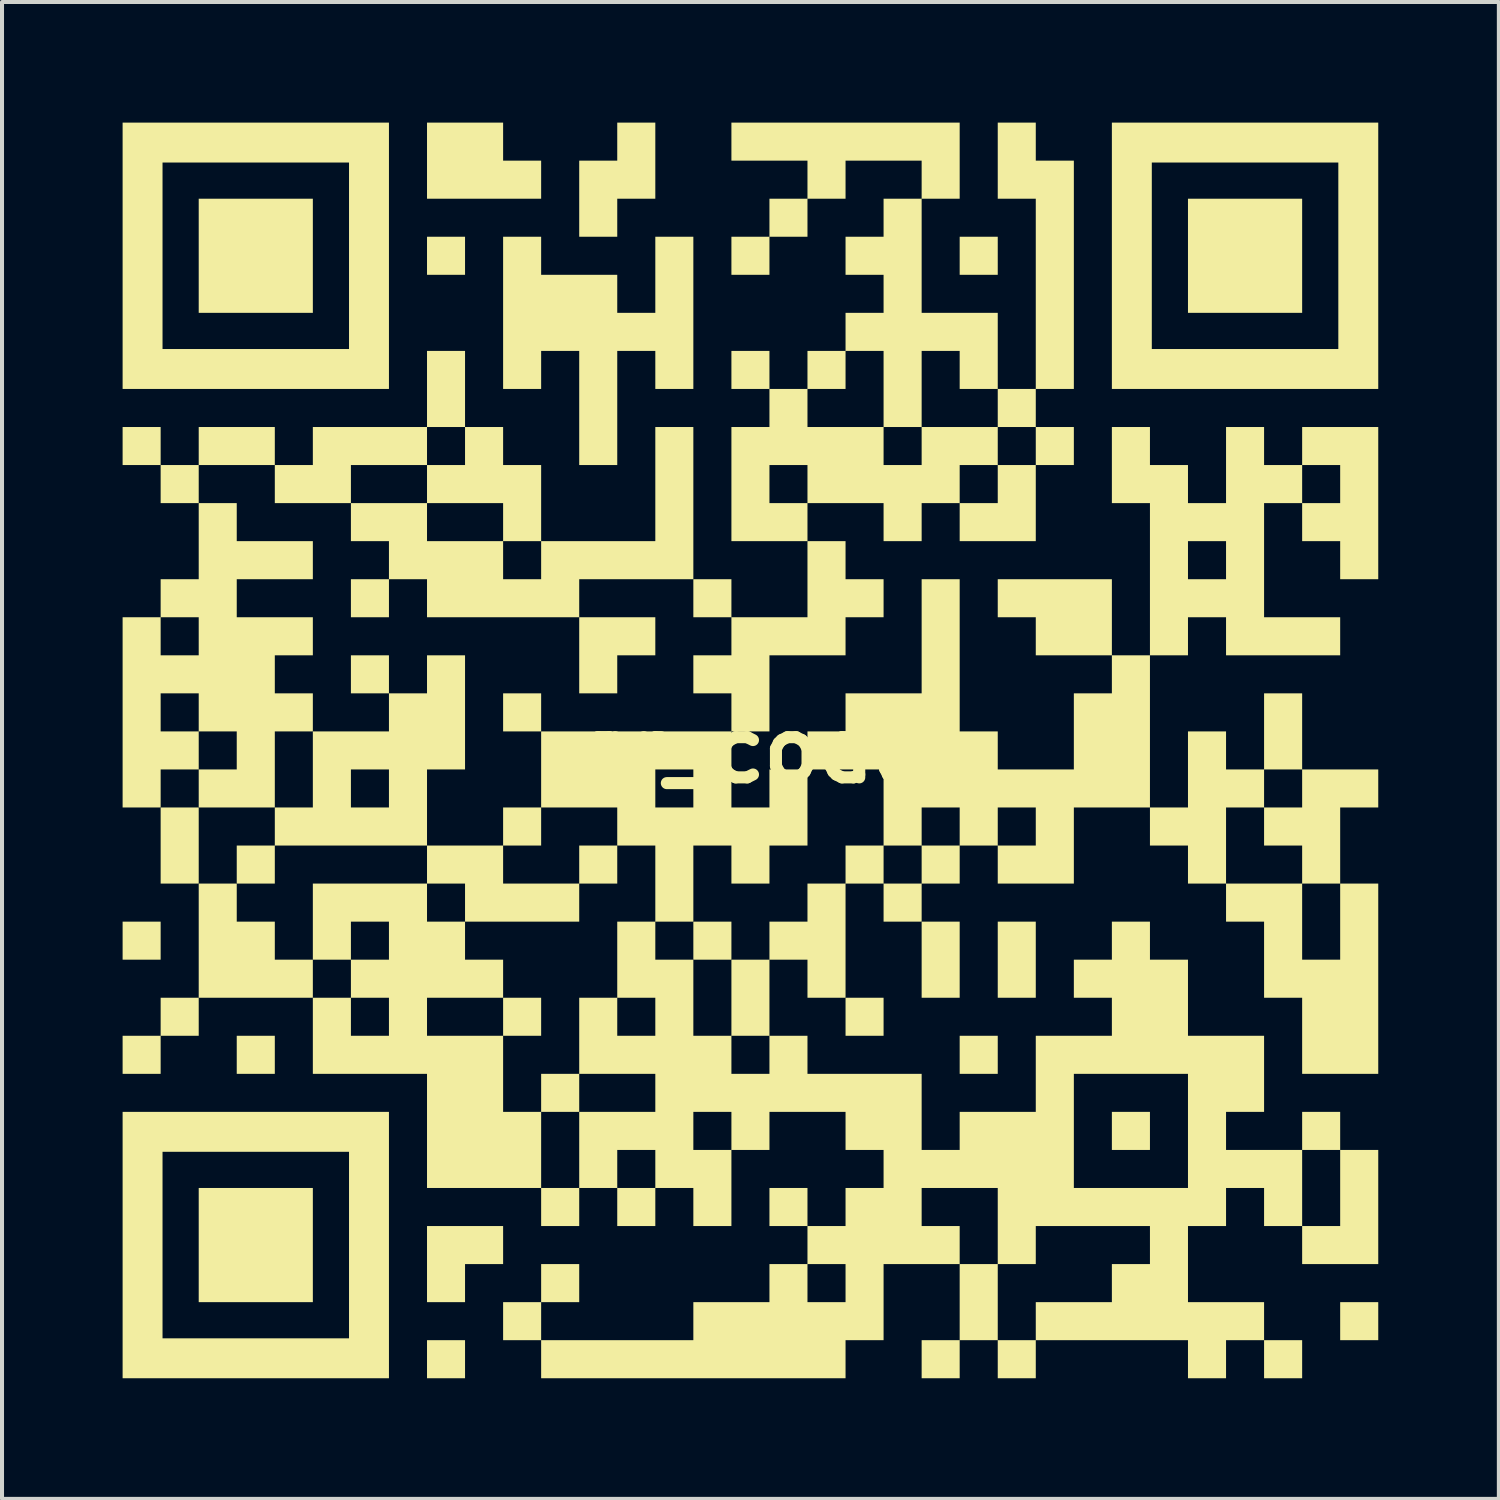
<source format=kicad_pcb>
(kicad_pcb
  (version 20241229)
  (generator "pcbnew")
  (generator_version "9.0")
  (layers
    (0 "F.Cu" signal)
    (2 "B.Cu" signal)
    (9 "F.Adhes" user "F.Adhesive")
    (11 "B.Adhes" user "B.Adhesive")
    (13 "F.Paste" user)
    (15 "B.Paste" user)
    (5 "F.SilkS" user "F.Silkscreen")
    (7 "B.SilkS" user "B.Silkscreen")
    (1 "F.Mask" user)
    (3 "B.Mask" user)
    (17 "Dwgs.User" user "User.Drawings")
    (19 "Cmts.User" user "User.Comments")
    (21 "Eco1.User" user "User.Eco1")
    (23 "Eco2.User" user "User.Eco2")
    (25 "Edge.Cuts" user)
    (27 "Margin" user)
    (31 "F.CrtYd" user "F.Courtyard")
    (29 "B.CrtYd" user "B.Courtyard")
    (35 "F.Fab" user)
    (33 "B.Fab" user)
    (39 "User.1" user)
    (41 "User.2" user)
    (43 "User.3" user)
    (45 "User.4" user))
  (footprint "qr_code"
    (layer "F.Cu")
    (at 15.609 15.609)
    (property "Reference" "qr_code" (at 0 0 0) (layer "F.SilkS") (effects (font (size 1.5 1.5) (thickness 0.3))))
    (attr board_only exclude_from_pos_files exclude_from_bom)
    (fp_poly (pts (xy -14.663 4.74) (xy -14.663 5.213) (xy -15.136 5.213) (xy -15.609 5.213) (xy -15.609 4.74) (xy -15.609 4.267) (xy -15.136 4.267) (xy -14.663 4.267)) (stroke (width 0) (type solid)) (fill yes) (layer "F.SilkS"))
    (fp_poly (pts (xy -13.716 2.374) (xy -13.716 3.32) (xy -14.19 3.32) (xy -14.663 3.32) (xy -14.663 2.374) (xy -14.663 1.427) (xy -14.19 1.427) (xy -13.716 1.427)) (stroke (width 0) (type solid)) (fill yes) (layer "F.SilkS"))
    (fp_poly (pts (xy -11.823 7.58) (xy -11.823 8.053) (xy -12.297 8.053) (xy -12.77 8.053) (xy -12.77 7.58) (xy -12.77 7.106) (xy -12.297 7.106) (xy -11.823 7.106)) (stroke (width 0) (type solid)) (fill yes) (layer "F.SilkS"))
    (fp_poly (pts (xy -10.877 -12.297) (xy -10.877 -10.877) (xy -12.297 -10.877) (xy -13.716 -10.877) (xy -13.716 -12.297) (xy -13.716 -13.716) (xy -12.297 -13.716) (xy -10.877 -13.716)) (stroke (width 0) (type solid)) (fill yes) (layer "F.SilkS"))
    (fp_poly (pts (xy -10.877 12.312) (xy -10.877 13.732) (xy -12.297 13.732) (xy -13.716 13.732) (xy -13.716 12.312) (xy -13.716 10.892) (xy -12.297 10.892) (xy -10.877 10.892)) (stroke (width 0) (type solid)) (fill yes) (layer "F.SilkS"))
    (fp_poly (pts (xy -8.984 -3.778) (xy -8.984 -3.305) (xy -9.457 -3.305) (xy -9.93 -3.305) (xy -9.93 -3.778) (xy -9.93 -4.251) (xy -9.457 -4.251) (xy -8.984 -4.251)) (stroke (width 0) (type solid)) (fill yes) (layer "F.SilkS"))
    (fp_poly (pts (xy -7.091 -12.297) (xy -7.091 -11.823) (xy -7.564 -11.823) (xy -8.037 -11.823) (xy -8.037 -12.297) (xy -8.037 -12.77) (xy -7.564 -12.77) (xy -7.091 -12.77)) (stroke (width 0) (type solid)) (fill yes) (layer "F.SilkS"))
    (fp_poly (pts (xy -7.091 15.152) (xy -7.091 15.625) (xy -7.564 15.625) (xy -8.037 15.625) (xy -8.037 15.152) (xy -8.037 14.678) (xy -7.564 14.678) (xy -7.091 14.678)) (stroke (width 0) (type solid)) (fill yes) (layer "F.SilkS"))
    (fp_poly (pts (xy -5.198 -0.939) (xy -5.198 -0.465) (xy -5.671 -0.465) (xy -6.144 -0.465) (xy -6.144 -0.939) (xy -6.144 -1.412) (xy -5.671 -1.412) (xy -5.198 -1.412)) (stroke (width 0) (type solid)) (fill yes) (layer "F.SilkS"))
    (fp_poly (pts (xy -5.198 6.633) (xy -5.198 7.106) (xy -5.671 7.106) (xy -6.144 7.106) (xy -6.144 6.633) (xy -6.144 6.16) (xy -5.671 6.16) (xy -5.198 6.16)) (stroke (width 0) (type solid)) (fill yes) (layer "F.SilkS"))
    (fp_poly (pts (xy -4.251 8.526) (xy -4.251 8.999) (xy -4.725 8.999) (xy -5.198 8.999) (xy -5.198 8.526) (xy -5.198 8.053) (xy -4.725 8.053) (xy -4.251 8.053)) (stroke (width 0) (type solid)) (fill yes) (layer "F.SilkS"))
    (fp_poly (pts (xy -0.465 4.74) (xy -0.465 5.213) (xy -0.939 5.213) (xy -1.412 5.213) (xy -1.412 4.74) (xy -1.412 4.267) (xy -0.939 4.267) (xy -0.465 4.267)) (stroke (width 0) (type solid)) (fill yes) (layer "F.SilkS"))
    (fp_poly (pts (xy 3.32 6.633) (xy 3.32 7.106) (xy 2.847 7.106) (xy 2.374 7.106) (xy 2.374 6.633) (xy 2.374 6.16) (xy 2.847 6.16) (xy 3.32 6.16)) (stroke (width 0) (type solid)) (fill yes) (layer "F.SilkS"))
    (fp_poly (pts (xy 5.213 5.213) (xy 5.213 6.16) (xy 4.74 6.16) (xy 4.267 6.16) (xy 4.267 5.213) (xy 4.267 4.267) (xy 4.74 4.267) (xy 5.213 4.267)) (stroke (width 0) (type solid)) (fill yes) (layer "F.SilkS"))
    (fp_poly (pts (xy 6.16 -12.297) (xy 6.16 -11.823) (xy 5.687 -11.823) (xy 5.213 -11.823) (xy 5.213 -12.297) (xy 5.213 -12.77) (xy 5.687 -12.77) (xy 6.16 -12.77)) (stroke (width 0) (type solid)) (fill yes) (layer "F.SilkS"))
    (fp_poly (pts (xy 6.16 7.58) (xy 6.16 8.053) (xy 5.687 8.053) (xy 5.213 8.053) (xy 5.213 7.58) (xy 5.213 7.106) (xy 5.687 7.106) (xy 6.16 7.106)) (stroke (width 0) (type solid)) (fill yes) (layer "F.SilkS"))
    (fp_poly (pts (xy 7.106 5.213) (xy 7.106 6.16) (xy 6.633 6.16) (xy 6.16 6.16) (xy 6.16 5.213) (xy 6.16 4.267) (xy 6.633 4.267) (xy 7.106 4.267)) (stroke (width 0) (type solid)) (fill yes) (layer "F.SilkS"))
    (fp_poly (pts (xy 9.946 9.473) (xy 9.946 9.946) (xy 9.473 9.946) (xy 8.999 9.946) (xy 8.999 9.473) (xy 8.999 8.999) (xy 9.473 8.999) (xy 9.946 8.999)) (stroke (width 0) (type solid)) (fill yes) (layer "F.SilkS"))
    (fp_poly (pts (xy 13.732 -12.297) (xy 13.732 -10.877) (xy 12.312 -10.877) (xy 10.892 -10.877) (xy 10.892 -12.297) (xy 10.892 -13.716) (xy 12.312 -13.716) (xy 13.732 -13.716)) (stroke (width 0) (type solid)) (fill yes) (layer "F.SilkS"))
    (fp_poly (pts (xy 13.732 15.152) (xy 13.732 15.625) (xy 13.259 15.625) (xy 12.785 15.625) (xy 12.785 15.152) (xy 12.785 14.678) (xy 13.259 14.678) (xy 13.732 14.678)) (stroke (width 0) (type solid)) (fill yes) (layer "F.SilkS"))
    (fp_poly (pts (xy 15.625 14.205) (xy 15.625 14.678) (xy 15.152 14.678) (xy 14.678 14.678) (xy 14.678 14.205) (xy 14.678 13.732) (xy 15.152 13.732) (xy 15.625 13.732)) (stroke (width 0) (type solid)) (fill yes) (layer "F.SilkS"))
    (fp_poly (pts (xy -6.144 -15.136) (xy -6.144 -14.663) (xy -5.671 -14.663) (xy -5.198 -14.663) (xy -5.198 -14.19) (xy -5.198 -13.716) (xy -6.618 -13.716) (xy -8.037 -13.716) (xy -8.037 -14.663) (xy -8.037 -15.609) (xy -7.091 -15.609) (xy -6.144 -15.609)) (stroke (width 0) (type solid)) (fill yes) (layer "F.SilkS"))
    (fp_poly (pts (xy -6.144 12.312) (xy -6.144 12.785) (xy -6.618 12.785) (xy -7.091 12.785) (xy -7.091 13.259) (xy -7.091 13.732) (xy -7.564 13.732) (xy -8.037 13.732) (xy -8.037 12.785) (xy -8.037 11.839) (xy -7.091 11.839) (xy -6.144 11.839)) (stroke (width 0) (type solid)) (fill yes) (layer "F.SilkS"))
    (fp_poly (pts (xy -2.358 -2.832) (xy -2.358 -2.358) (xy -2.832 -2.358) (xy -3.305 -2.358) (xy -3.305 -1.885) (xy -3.305 -1.412) (xy -3.778 -1.412) (xy -4.251 -1.412) (xy -4.251 -2.358) (xy -4.251 -3.305) (xy -3.305 -3.305) (xy -2.358 -3.305)) (stroke (width 0) (type solid)) (fill yes) (layer "F.SilkS"))
    (fp_poly (pts (xy -2.358 -14.663) (xy -2.358 -13.716) (xy -2.832 -13.716) (xy -3.305 -13.716) (xy -3.305 -13.243) (xy -3.305 -12.77) (xy -3.778 -12.77) (xy -4.251 -12.77) (xy -4.251 -13.716) (xy -4.251 -14.663) (xy -3.778 -14.663) (xy -3.305 -14.663) (xy -3.305 -15.136) (xy -3.305 -15.609) (xy -2.832 -15.609) (xy -2.358 -15.609)) (stroke (width 0) (type solid)) (fill yes) (layer "F.SilkS"))
    (fp_poly (pts (xy -8.984 -12.297) (xy -8.984 -8.984) (xy -12.297 -8.984) (xy -15.609 -8.984) (xy -15.609 -12.297) (xy -15.609 -14.616) (xy -14.616 -14.616) (xy -14.616 -12.297) (xy -14.616 -9.977) (xy -12.297 -9.977) (xy -9.977 -9.977) (xy -9.977 -12.297) (xy -9.977 -14.616) (xy -12.297 -14.616) (xy -14.616 -14.616) (xy -15.609 -14.616) (xy -15.609 -15.609) (xy -12.297 -15.609) (xy -8.984 -15.609)) (stroke (width 0) (type solid)) (fill yes) (layer "F.SilkS"))
    (fp_poly (pts (xy -8.984 12.312) (xy -8.984 15.625) (xy -12.297 15.625) (xy -15.609 15.625) (xy -15.609 12.312) (xy -15.609 9.992) (xy -14.616 9.992) (xy -14.616 12.312) (xy -14.616 14.632) (xy -12.297 14.632) (xy -9.977 14.632) (xy -9.977 12.312) (xy -9.977 9.992) (xy -12.297 9.992) (xy -14.616 9.992) (xy -15.609 9.992) (xy -15.609 8.999) (xy -12.297 8.999) (xy -8.984 8.999)) (stroke (width 0) (type solid)) (fill yes) (layer "F.SilkS"))
    (fp_poly (pts (xy 15.625 -12.297) (xy 15.625 -8.984) (xy 12.312 -8.984) (xy 8.999 -8.984) (xy 8.999 -12.297) (xy 8.999 -14.616) (xy 9.992 -14.616) (xy 9.992 -12.297) (xy 9.992 -9.977) (xy 12.312 -9.977) (xy 14.632 -9.977) (xy 14.632 -12.297) (xy 14.632 -14.616) (xy 12.312 -14.616) (xy 9.992 -14.616) (xy 8.999 -14.616) (xy 8.999 -15.609) (xy 12.312 -15.609) (xy 15.625 -15.609)) (stroke (width 0) (type solid)) (fill yes) (layer "F.SilkS"))
    (fp_poly (pts (xy -5.198 -12.297) (xy -5.198 -11.823) (xy -4.251 -11.823) (xy -3.305 -11.823) (xy -3.305 -11.35) (xy -3.305 -10.877) (xy -2.832 -10.877) (xy -2.358 -10.877) (xy -2.358 -11.823) (xy -2.358 -12.77) (xy -1.885 -12.77) (xy -1.412 -12.77) (xy -1.412 -10.877) (xy -1.412 -8.984) (xy -1.885 -8.984) (xy -2.358 -8.984) (xy -2.358 -9.457) (xy -2.358 -9.93) (xy -2.832 -9.93) (xy -3.305 -9.93) (xy -3.305 -8.511) (xy -3.305 -7.091) (xy -3.778 -7.091) (xy -4.251 -7.091) (xy -4.251 -8.511) (xy -4.251 -9.93) (xy -4.725 -9.93) (xy -5.198 -9.93) (xy -5.198 -9.457) (xy -5.198 -8.984) (xy -5.671 -8.984) (xy -6.144 -8.984) (xy -6.144 -10.877) (xy -6.144 -12.77) (xy -5.671 -12.77) (xy -5.198 -12.77)) (stroke (width 0) (type solid)) (fill yes) (layer "F.SilkS"))
    (fp_poly (pts (xy -7.091 -8.984) (xy -7.091 -8.037) (xy -7.564 -8.037) (xy -8.037 -8.037) (xy -8.037 -7.564) (xy -8.037 -7.091) (xy -8.984 -7.091) (xy -9.93 -7.091) (xy -9.93 -6.618) (xy -9.93 -6.144) (xy -10.877 -6.144) (xy -11.823 -6.144) (xy -11.823 -6.618) (xy -11.823 -7.091) (xy -12.77 -7.091) (xy -13.716 -7.091) (xy -13.716 -6.618) (xy -13.716 -6.144) (xy -14.19 -6.144) (xy -14.663 -6.144) (xy -14.663 -6.618) (xy -14.663 -7.091) (xy -15.136 -7.091) (xy -15.609 -7.091) (xy -15.609 -7.564) (xy -15.609 -8.037) (xy -15.136 -8.037) (xy -14.663 -8.037) (xy -14.663 -7.564) (xy -14.663 -7.091) (xy -14.19 -7.091) (xy -13.716 -7.091) (xy -13.716 -7.564) (xy -13.716 -8.037) (xy -12.77 -8.037) (xy -11.823 -8.037) (xy -11.823 -7.564) (xy -11.823 -7.091) (xy -11.35 -7.091) (xy -10.877 -7.091) (xy -10.877 -7.564) (xy -10.877 -8.037) (xy -9.457 -8.037) (xy -8.037 -8.037) (xy -8.037 -8.984) (xy -8.037 -9.93) (xy -7.564 -9.93) (xy -7.091 -9.93)) (stroke (width 0) (type solid)) (fill yes) (layer "F.SilkS"))
    (fp_poly (pts (xy -6.144 -7.564) (xy -6.144 -7.091) (xy -5.671 -7.091) (xy -5.198 -7.091) (xy -5.198 -6.144) (xy -5.198 -5.198) (xy -3.778 -5.198) (xy -2.358 -5.198) (xy -2.358 -6.618) (xy -2.358 -8.037) (xy -1.885 -8.037) (xy -1.412 -8.037) (xy -1.412 -6.144) (xy -1.412 -4.251) (xy -2.832 -4.251) (xy -4.251 -4.251) (xy -4.251 -3.778) (xy -4.251 -3.305) (xy -6.144 -3.305) (xy -8.037 -3.305) (xy -8.037 -3.778) (xy -8.037 -4.251) (xy -8.511 -4.251) (xy -8.984 -4.251) (xy -8.984 -4.725) (xy -8.984 -5.198) (xy -9.457 -5.198) (xy -9.93 -5.198) (xy -9.93 -5.671) (xy -9.93 -6.144) (xy -8.984 -6.144) (xy -8.037 -6.144) (xy -8.037 -5.671) (xy -8.037 -5.198) (xy -7.091 -5.198) (xy -6.144 -5.198) (xy -6.144 -4.725) (xy -6.144 -4.251) (xy -5.671 -4.251) (xy -5.198 -4.251) (xy -5.198 -4.725) (xy -5.198 -5.198) (xy -5.671 -5.198) (xy -6.144 -5.198) (xy -6.144 -5.671) (xy -6.144 -6.144) (xy -7.091 -6.144) (xy -8.037 -6.144) (xy -8.037 -6.618) (xy -8.037 -7.091) (xy -7.564 -7.091) (xy -7.091 -7.091) (xy -7.091 -7.564) (xy -7.091 -8.037) (xy -6.618 -8.037) (xy -6.144 -8.037)) (stroke (width 0) (type solid)) (fill yes) (layer "F.SilkS"))
    (fp_poly (pts (xy -12.77 -5.671) (xy -12.77 -5.198) (xy -11.823 -5.198) (xy -10.877 -5.198) (xy -10.877 -4.725) (xy -10.877 -4.251) (xy -11.823 -4.251) (xy -12.77 -4.251) (xy -12.77 -3.778) (xy -12.77 -3.305) (xy -11.823 -3.305) (xy -10.877 -3.305) (xy -10.877 -2.832) (xy -10.877 -2.358) (xy -11.35 -2.358) (xy -11.823 -2.358) (xy -11.823 -1.885) (xy -11.823 -1.412) (xy -11.35 -1.412) (xy -10.877 -1.412) (xy -10.877 -0.939) (xy -10.877 -0.465) (xy -11.35 -0.465) (xy -11.823 -0.465) (xy -11.823 0.481) (xy -11.823 1.427) (xy -12.77 1.427) (xy -13.716 1.427) (xy -13.716 0.954) (xy -13.716 0.481) (xy -13.243 0.481) (xy -12.77 0.481) (xy -12.77 0.008) (xy -12.77 -0.465) (xy -13.243 -0.465) (xy -13.716 -0.465) (xy -13.716 0.008) (xy -13.716 0.481) (xy -14.19 0.481) (xy -14.663 0.481) (xy -14.663 0.954) (xy -14.663 1.427) (xy -15.136 1.427) (xy -15.609 1.427) (xy -15.609 -0.939) (xy -15.609 -1.412) (xy -14.663 -1.412) (xy -14.663 -0.939) (xy -14.663 -0.465) (xy -14.19 -0.465) (xy -13.716 -0.465) (xy -13.716 -0.939) (xy -13.716 -1.412) (xy -14.19 -1.412) (xy -14.663 -1.412) (xy -15.609 -1.412) (xy -15.609 -3.305) (xy -15.136 -3.305) (xy -14.663 -3.305) (xy -14.663 -2.832) (xy -14.663 -2.358) (xy -14.19 -2.358) (xy -13.716 -2.358) (xy -13.716 -2.832) (xy -13.716 -3.305) (xy -14.19 -3.305) (xy -14.663 -3.305) (xy -14.663 -3.778) (xy -14.663 -4.251) (xy -14.19 -4.251) (xy -13.716 -4.251) (xy -13.716 -5.198) (xy -13.716 -6.144) (xy -13.243 -6.144) (xy -12.77 -6.144)) (stroke (width 0) (type solid)) (fill yes) (layer "F.SilkS"))
    (fp_poly (pts (xy -8.984 -1.885) (xy -8.984 -1.412) (xy -8.511 -1.412) (xy -8.037 -1.412) (xy -8.037 -1.885) (xy -8.037 -2.358) (xy -7.564 -2.358) (xy -7.091 -2.358) (xy -7.091 -0.939) (xy -7.091 0.481) (xy -7.564 0.481) (xy -8.037 0.481) (xy -8.037 1.427) (xy -8.037 2.374) (xy -7.091 2.374) (xy -6.144 2.374) (xy -6.144 1.901) (xy -6.144 1.427) (xy -5.671 1.427) (xy -5.198 1.427) (xy -5.198 1.901) (xy -5.198 2.374) (xy -5.671 2.374) (xy -6.144 2.374) (xy -6.144 2.847) (xy -6.144 3.32) (xy -5.198 3.32) (xy -4.251 3.32) (xy -4.251 2.847) (xy -4.251 2.374) (xy -3.778 2.374) (xy -3.305 2.374) (xy -3.305 2.847) (xy -3.305 3.32) (xy -3.778 3.32) (xy -4.251 3.32) (xy -4.251 3.794) (xy -4.251 4.267) (xy -5.671 4.267) (xy -7.091 4.267) (xy -7.091 3.794) (xy -7.091 3.32) (xy -7.564 3.32) (xy -8.037 3.32) (xy -8.037 2.847) (xy -8.037 2.374) (xy -9.93 2.374) (xy -11.823 2.374) (xy -11.823 2.847) (xy -11.823 3.32) (xy -12.297 3.32) (xy -12.77 3.32) (xy -12.77 2.847) (xy -12.77 2.374) (xy -12.297 2.374) (xy -11.823 2.374) (xy -11.823 1.901) (xy -11.823 1.427) (xy -11.35 1.427) (xy -10.877 1.427) (xy -10.877 0.481) (xy -9.93 0.481) (xy -9.93 0.954) (xy -9.93 1.427) (xy -9.457 1.427) (xy -8.984 1.427) (xy -8.984 0.954) (xy -8.984 0.481) (xy -9.457 0.481) (xy -9.93 0.481) (xy -10.877 0.481) (xy -10.877 -0.465) (xy -9.93 -0.465) (xy -8.984 -0.465) (xy -8.984 -0.939) (xy -8.984 -1.412) (xy -9.457 -1.412) (xy -9.93 -1.412) (xy -9.93 -1.885) (xy -9.93 -2.358) (xy -9.457 -2.358) (xy -8.984 -2.358)) (stroke (width 0) (type solid)) (fill yes) (layer "F.SilkS"))
    (fp_poly (pts (xy 5.213 -14.663) (xy 5.213 -13.716) (xy 4.74 -13.716) (xy 4.267 -13.716) (xy 4.267 -12.297) (xy 4.267 -10.877) (xy 5.213 -10.877) (xy 6.16 -10.877) (xy 6.16 -9.93) (xy 6.16 -8.984) (xy 6.633 -8.984) (xy 7.106 -8.984) (xy 7.106 -11.35) (xy 7.106 -13.716) (xy 6.633 -13.716) (xy 6.16 -13.716) (xy 6.16 -14.663) (xy 6.16 -15.609) (xy 6.633 -15.609) (xy 7.106 -15.609) (xy 7.106 -15.136) (xy 7.106 -14.663) (xy 7.58 -14.663) (xy 8.053 -14.663) (xy 8.053 -11.823) (xy 8.053 -8.984) (xy 7.58 -8.984) (xy 7.106 -8.984) (xy 7.106 -8.511) (xy 7.106 -8.037) (xy 6.633 -8.037) (xy 6.16 -8.037) (xy 6.16 -7.564) (xy 6.16 -7.091) (xy 5.687 -7.091) (xy 5.213 -7.091) (xy 5.213 -6.618) (xy 5.213 -6.144) (xy 5.687 -6.144) (xy 6.16 -6.144) (xy 6.16 -6.618) (xy 6.16 -7.091) (xy 6.633 -7.091) (xy 7.106 -7.091) (xy 7.106 -7.564) (xy 7.106 -8.037) (xy 7.58 -8.037) (xy 8.053 -8.037) (xy 8.053 -7.564) (xy 8.053 -7.091) (xy 7.58 -7.091) (xy 7.106 -7.091) (xy 7.106 -6.144) (xy 7.106 -5.198) (xy 6.16 -5.198) (xy 5.213 -5.198) (xy 5.213 -5.671) (xy 5.213 -6.144) (xy 4.74 -6.144) (xy 4.267 -6.144) (xy 4.267 -5.671) (xy 4.267 -5.198) (xy 3.794 -5.198) (xy 3.32 -5.198) (xy 3.32 -5.671) (xy 3.32 -6.144) (xy 2.374 -6.144) (xy 1.427 -6.144) (xy 1.427 -5.671) (xy 1.427 -5.198) (xy 0.481 -5.198) (xy -0.465 -5.198) (xy -0.465 -6.618) (xy -0.465 -7.091) (xy 0.481 -7.091) (xy 0.481 -6.618) (xy 0.481 -6.144) (xy 0.954 -6.144) (xy 1.427 -6.144) (xy 1.427 -6.618) (xy 1.427 -7.091) (xy 0.954 -7.091) (xy 0.481 -7.091) (xy -0.465 -7.091) (xy -0.465 -8.037) (xy 0.008 -8.037) (xy 0.481 -8.037) (xy 1.427 -8.037) (xy 2.374 -8.037) (xy 3.32 -8.037) (xy 3.32 -7.564) (xy 3.32 -7.091) (xy 3.794 -7.091) (xy 4.267 -7.091) (xy 4.267 -7.564) (xy 4.267 -8.037) (xy 5.213 -8.037) (xy 6.16 -8.037) (xy 6.16 -8.511) (xy 6.16 -8.984) (xy 5.687 -8.984) (xy 5.213 -8.984) (xy 5.213 -9.457) (xy 5.213 -9.93) (xy 4.74 -9.93) (xy 4.267 -9.93) (xy 4.267 -8.984) (xy 4.267 -8.037) (xy 3.794 -8.037) (xy 3.32 -8.037) (xy 3.32 -8.984) (xy 3.32 -9.93) (xy 2.847 -9.93) (xy 2.374 -9.93) (xy 2.374 -9.457) (xy 2.374 -8.984) (xy 1.901 -8.984) (xy 1.427 -8.984) (xy 1.427 -8.511) (xy 1.427 -8.037) (xy 0.481 -8.037) (xy 0.481 -8.511) (xy 0.481 -8.984) (xy 0.008 -8.984) (xy -0.465 -8.984) (xy -0.465 -9.457) (xy -0.465 -9.93) (xy 0.008 -9.93) (xy 0.481 -9.93) (xy 0.481 -9.457) (xy 0.481 -8.984) (xy 0.954 -8.984) (xy 1.427 -8.984) (xy 1.427 -9.457) (xy 1.427 -9.93) (xy 1.901 -9.93) (xy 2.374 -9.93) (xy 2.374 -10.404) (xy 2.374 -10.877) (xy 2.847 -10.877) (xy 3.32 -10.877) (xy 3.32 -11.35) (xy 3.32 -11.823) (xy 2.847 -11.823) (xy 2.374 -11.823) (xy 2.374 -12.297) (xy 2.374 -12.77) (xy 2.847 -12.77) (xy 3.32 -12.77) (xy 3.32 -13.243) (xy 3.32 -13.716) (xy 3.794 -13.716) (xy 4.267 -13.716) (xy 4.267 -14.19) (xy 4.267 -14.663) (xy 3.32 -14.663) (xy 2.374 -14.663) (xy 2.374 -14.19) (xy 2.374 -13.716) (xy 1.901 -13.716) (xy 1.427 -13.716) (xy 1.427 -13.243) (xy 1.427 -12.77) (xy 0.954 -12.77) (xy 0.481 -12.77) (xy 0.481 -12.297) (xy 0.481 -11.823) (xy 0.008 -11.823) (xy -0.465 -11.823) (xy -0.465 -12.297) (xy -0.465 -12.77) (xy 0.008 -12.77) (xy 0.481 -12.77) (xy 0.481 -13.243) (xy 0.481 -13.716) (xy 0.954 -13.716) (xy 1.427 -13.716) (xy 1.427 -14.19) (xy 1.427 -14.663) (xy 0.481 -14.663) (xy -0.465 -14.663) (xy -0.465 -15.136) (xy -0.465 -15.609) (xy 2.374 -15.609) (xy 5.213 -15.609)) (stroke (width 0) (type solid)) (fill yes) (layer "F.SilkS"))
    (fp_poly (pts (xy 9.946 -7.564) (xy 9.946 -7.091) (xy 10.419 -7.091) (xy 10.892 -7.091) (xy 10.892 -6.618) (xy 10.892 -6.144) (xy 11.366 -6.144) (xy 11.839 -6.144) (xy 11.839 -7.091) (xy 11.839 -8.037) (xy 12.312 -8.037) (xy 12.785 -8.037) (xy 12.785 -7.564) (xy 12.785 -7.091) (xy 13.259 -7.091) (xy 13.732 -7.091) (xy 13.732 -6.618) (xy 13.732 -6.144) (xy 14.205 -6.144) (xy 14.678 -6.144) (xy 14.678 -6.618) (xy 14.678 -7.091) (xy 14.205 -7.091) (xy 13.732 -7.091) (xy 13.732 -7.564) (xy 13.732 -8.037) (xy 14.678 -8.037) (xy 15.625 -8.037) (xy 15.625 -6.144) (xy 15.625 -4.251) (xy 15.152 -4.251) (xy 14.678 -4.251) (xy 14.678 -4.725) (xy 14.678 -5.198) (xy 14.205 -5.198) (xy 13.732 -5.198) (xy 13.732 -5.671) (xy 13.732 -6.144) (xy 13.259 -6.144) (xy 12.785 -6.144) (xy 12.785 -4.725) (xy 12.785 -3.305) (xy 13.732 -3.305) (xy 14.678 -3.305) (xy 14.678 -2.832) (xy 14.678 -2.358) (xy 13.259 -2.358) (xy 11.839 -2.358) (xy 11.839 -2.832) (xy 11.839 -3.305) (xy 11.366 -3.305) (xy 10.892 -3.305) (xy 10.892 -2.832) (xy 10.892 -2.358) (xy 10.419 -2.358) (xy 9.946 -2.358) (xy 9.946 -0.465) (xy 9.946 1.427) (xy 10.419 1.427) (xy 10.892 1.427) (xy 10.892 0.481) (xy 10.892 -0.465) (xy 11.366 -0.465) (xy 11.839 -0.465) (xy 11.839 0.008) (xy 11.839 0.481) (xy 12.312 0.481) (xy 12.785 0.481) (xy 12.785 -0.465) (xy 12.785 -1.412) (xy 13.259 -1.412) (xy 13.732 -1.412) (xy 13.732 -0.465) (xy 13.732 0.481) (xy 13.259 0.481) (xy 12.785 0.481) (xy 12.785 0.954) (xy 12.785 1.427) (xy 12.312 1.427) (xy 11.839 1.427) (xy 11.839 2.374) (xy 11.839 3.32) (xy 12.785 3.32) (xy 13.732 3.32) (xy 13.732 2.847) (xy 13.732 2.374) (xy 13.259 2.374) (xy 12.785 2.374) (xy 12.785 1.901) (xy 12.785 1.427) (xy 13.259 1.427) (xy 13.732 1.427) (xy 13.732 0.954) (xy 13.732 0.481) (xy 14.678 0.481) (xy 15.625 0.481) (xy 15.625 0.954) (xy 15.625 1.427) (xy 15.152 1.427) (xy 14.678 1.427) (xy 14.678 2.374) (xy 14.678 3.32) (xy 14.205 3.32) (xy 13.732 3.32) (xy 13.732 4.267) (xy 13.732 5.213) (xy 14.205 5.213) (xy 14.678 5.213) (xy 14.678 4.267) (xy 14.678 3.32) (xy 15.152 3.32) (xy 15.625 3.32) (xy 15.625 5.687) (xy 15.625 8.053) (xy 14.678 8.053) (xy 13.732 8.053) (xy 13.732 7.106) (xy 13.732 6.16) (xy 13.259 6.16) (xy 12.785 6.16) (xy 12.785 5.213) (xy 12.785 4.267) (xy 12.312 4.267) (xy 11.839 4.267) (xy 11.839 3.794) (xy 11.839 3.32) (xy 11.366 3.32) (xy 10.892 3.32) (xy 10.892 2.847) (xy 10.892 2.374) (xy 10.419 2.374) (xy 9.946 2.374) (xy 9.946 1.901) (xy 9.946 1.427) (xy 8.999 1.427) (xy 8.053 1.427) (xy 8.053 2.374) (xy 8.053 3.32) (xy 7.106 3.32) (xy 6.16 3.32) (xy 6.16 2.847) (xy 6.16 2.374) (xy 5.687 2.374) (xy 5.213 2.374) (xy 5.213 2.847) (xy 5.213 3.32) (xy 4.74 3.32) (xy 4.267 3.32) (xy 4.267 3.794) (xy 4.267 4.267) (xy 3.794 4.267) (xy 3.32 4.267) (xy 3.32 3.794) (xy 3.32 3.32) (xy 2.847 3.32) (xy 2.374 3.32) (xy 2.374 4.74) (xy 2.374 6.16) (xy 1.901 6.16) (xy 1.427 6.16) (xy 1.427 5.687) (xy 1.427 5.213) (xy 0.954 5.213) (xy 0.481 5.213) (xy 0.481 6.16) (xy 0.481 7.106) (xy 0.008 7.106) (xy -0.465 7.106) (xy -0.465 7.58) (xy -0.465 8.053) (xy 0.008 8.053) (xy 0.481 8.053) (xy 0.481 7.58) (xy 0.481 7.106) (xy 0.954 7.106) (xy 1.427 7.106) (xy 1.427 7.58) (xy 1.427 8.053) (xy 2.847 8.053) (xy 4.267 8.053) (xy 4.267 8.999) (xy 4.267 9.946) (xy 4.74 9.946) (xy 5.213 9.946) (xy 5.213 9.473) (xy 5.213 8.999) (xy 6.16 8.999) (xy 7.106 8.999) (xy 7.106 8.053) (xy 8.053 8.053) (xy 8.053 9.473) (xy 8.053 10.892) (xy 9.473 10.892) (xy 10.892 10.892) (xy 10.892 9.473) (xy 10.892 8.053) (xy 9.473 8.053) (xy 8.053 8.053) (xy 7.106 8.053) (xy 7.106 7.106) (xy 8.053 7.106) (xy 8.999 7.106) (xy 8.999 6.633) (xy 8.999 6.16) (xy 8.526 6.16) (xy 8.053 6.16) (xy 8.053 5.687) (xy 8.053 5.213) (xy 8.526 5.213) (xy 8.999 5.213) (xy 8.999 4.74) (xy 8.999 4.267) (xy 9.473 4.267) (xy 9.946 4.267) (xy 9.946 4.74) (xy 9.946 5.213) (xy 10.419 5.213) (xy 10.892 5.213) (xy 10.892 6.16) (xy 10.892 7.106) (xy 11.839 7.106) (xy 12.785 7.106) (xy 12.785 8.053) (xy 12.785 8.999) (xy 12.312 8.999) (xy 11.839 8.999) (xy 11.839 9.473) (xy 11.839 9.946) (xy 12.785 9.946) (xy 13.732 9.946) (xy 13.732 9.473) (xy 13.732 8.999) (xy 14.205 8.999) (xy 14.678 8.999) (xy 14.678 9.473) (xy 14.678 9.946) (xy 14.205 9.946) (xy 13.732 9.946) (xy 13.732 10.892) (xy 13.732 11.839) (xy 14.205 11.839) (xy 14.678 11.839) (xy 14.678 10.892) (xy 14.678 9.946) (xy 15.152 9.946) (xy 15.625 9.946) (xy 15.625 11.366) (xy 15.625 12.785) (xy 14.678 12.785) (xy 13.732 12.785) (xy 13.732 12.312) (xy 13.732 11.839) (xy 13.259 11.839) (xy 12.785 11.839) (xy 12.785 11.366) (xy 12.785 10.892) (xy 12.312 10.892) (xy 11.839 10.892) (xy 11.839 11.366) (xy 11.839 11.839) (xy 11.366 11.839) (xy 10.892 11.839) (xy 10.892 12.785) (xy 10.892 13.732) (xy 11.839 13.732) (xy 12.785 13.732) (xy 12.785 14.205) (xy 12.785 14.678) (xy 12.312 14.678) (xy 11.839 14.678) (xy 11.839 15.152) (xy 11.839 15.625) (xy 11.366 15.625) (xy 10.892 15.625) (xy 10.892 15.152) (xy 10.892 14.678) (xy 8.999 14.678) (xy 7.106 14.678) (xy 7.106 15.152) (xy 7.106 15.625) (xy 6.633 15.625) (xy 6.16 15.625) (xy 6.16 15.152) (xy 6.16 14.678) (xy 5.687 14.678) (xy 5.213 14.678) (xy 5.213 15.152) (xy 5.213 15.625) (xy 4.74 15.625) (xy 4.267 15.625) (xy 4.267 15.152) (xy 4.267 14.678) (xy 4.74 14.678) (xy 5.213 14.678) (xy 5.213 13.732) (xy 5.213 12.785) (xy 5.687 12.785) (xy 6.16 12.785) (xy 6.16 13.732) (xy 6.16 14.678) (xy 6.633 14.678) (xy 7.106 14.678) (xy 7.106 14.205) (xy 7.106 13.732) (xy 8.053 13.732) (xy 8.999 13.732) (xy 8.999 13.259) (xy 8.999 12.785) (xy 9.473 12.785) (xy 9.946 12.785) (xy 9.946 12.312) (xy 9.946 11.839) (xy 8.526 11.839) (xy 7.106 11.839) (xy 7.106 12.312) (xy 7.106 12.785) (xy 6.633 12.785) (xy 6.16 12.785) (xy 6.16 11.839) (xy 6.16 10.892) (xy 5.213 10.892) (xy 4.267 10.892) (xy 4.267 11.366) (xy 4.267 11.839) (xy 4.74 11.839) (xy 5.213 11.839) (xy 5.213 12.312) (xy 5.213 12.785) (xy 4.267 12.785) (xy 3.32 12.785) (xy 3.32 13.732) (xy 3.32 14.678) (xy 2.847 14.678) (xy 2.374 14.678) (xy 2.374 15.152) (xy 2.374 15.625) (xy -1.412 15.625) (xy -5.198 15.625) (xy -5.198 15.152) (xy -5.198 14.678) (xy -5.671 14.678) (xy -6.144 14.678) (xy -6.144 14.205) (xy -6.144 13.732) (xy -5.671 13.732) (xy -5.198 13.732) (xy -5.198 13.259) (xy -5.198 12.785) (xy -4.725 12.785) (xy -4.251 12.785) (xy -4.251 13.259) (xy -4.251 13.732) (xy -4.725 13.732) (xy -5.198 13.732) (xy -5.198 14.205) (xy -5.198 14.678) (xy -3.305 14.678) (xy -1.412 14.678) (xy -1.412 14.205) (xy -1.412 13.732) (xy -0.465 13.732) (xy 0.481 13.732) (xy 0.481 13.259) (xy 0.481 12.785) (xy 0.954 12.785) (xy 1.427 12.785) (xy 1.427 13.259) (xy 1.427 13.732) (xy 1.901 13.732) (xy 2.374 13.732) (xy 2.374 13.259) (xy 2.374 12.785) (xy 1.901 12.785) (xy 1.427 12.785) (xy 1.427 12.312) (xy 1.427 11.839) (xy 0.954 11.839) (xy 0.481 11.839) (xy 0.481 11.366) (xy 0.481 10.892) (xy 0.954 10.892) (xy 1.427 10.892) (xy 1.427 11.366) (xy 1.427 11.839) (xy 1.901 11.839) (xy 2.374 11.839) (xy 2.374 11.366) (xy 2.374 10.892) (xy 2.847 10.892) (xy 3.32 10.892) (xy 3.32 10.419) (xy 3.32 9.946) (xy 2.847 9.946) (xy 2.374 9.946) (xy 2.374 9.473) (xy 2.374 8.999) (xy 1.427 8.999) (xy 0.481 8.999) (xy 0.481 9.473) (xy 0.481 9.946) (xy 0.008 9.946) (xy -0.465 9.946) (xy -0.465 10.892) (xy -0.465 11.839) (xy -0.939 11.839) (xy -1.412 11.839) (xy -1.412 11.366) (xy -1.412 10.892) (xy -1.885 10.892) (xy -2.358 10.892) (xy -2.358 11.366) (xy -2.358 11.839) (xy -2.832 11.839) (xy -3.305 11.839) (xy -3.305 11.366) (xy -3.305 10.892) (xy -3.778 10.892) (xy -4.251 10.892) (xy -4.251 11.366) (xy -4.251 11.839) (xy -4.725 11.839) (xy -5.198 11.839) (xy -5.198 11.366) (xy -5.198 10.892) (xy -6.618 10.892) (xy -8.037 10.892) (xy -8.037 9.473) (xy -8.037 8.053) (xy -9.457 8.053) (xy -10.877 8.053) (xy -10.877 7.106) (xy -10.877 6.16) (xy -12.297 6.16) (xy -13.716 6.16) (xy -13.716 6.633) (xy -13.716 7.106) (xy -14.19 7.106) (xy -14.663 7.106) (xy -14.663 7.58) (xy -14.663 8.053) (xy -15.136 8.053) (xy -15.609 8.053) (xy -15.609 7.58) (xy -15.609 7.106) (xy -15.136 7.106) (xy -14.663 7.106) (xy -14.663 6.633) (xy -14.663 6.16) (xy -14.19 6.16) (xy -13.716 6.16) (xy -13.716 4.74) (xy -13.716 3.32) (xy -13.243 3.32) (xy -12.77 3.32) (xy -12.77 3.794) (xy -12.77 4.267) (xy -12.297 4.267) (xy -11.823 4.267) (xy -11.823 4.74) (xy -11.823 5.213) (xy -11.35 5.213) (xy -10.877 5.213) (xy -10.877 5.687) (xy -10.877 6.16) (xy -10.404 6.16) (xy -9.93 6.16) (xy -9.93 6.633) (xy -9.93 7.106) (xy -9.457 7.106) (xy -8.984 7.106) (xy -8.984 6.633) (xy -8.984 6.16) (xy -9.457 6.16) (xy -9.93 6.16) (xy -9.93 5.687) (xy -9.93 5.213) (xy -9.457 5.213) (xy -8.984 5.213) (xy -8.984 4.74) (xy -8.984 4.267) (xy -9.457 4.267) (xy -9.93 4.267) (xy -9.93 4.74) (xy -9.93 5.213) (xy -10.404 5.213) (xy -10.877 5.213) (xy -10.877 4.267) (xy -10.877 3.32) (xy -9.457 3.32) (xy -8.037 3.32) (xy -8.037 3.794) (xy -8.037 4.267) (xy -7.564 4.267) (xy -7.091 4.267) (xy -7.091 4.74) (xy -7.091 5.213) (xy -6.618 5.213) (xy -6.144 5.213) (xy -6.144 5.687) (xy -6.144 6.16) (xy -7.091 6.16) (xy -8.037 6.16) (xy -8.037 6.633) (xy -8.037 7.106) (xy -7.091 7.106) (xy -6.144 7.106) (xy -6.144 8.053) (xy -6.144 8.999) (xy -5.671 8.999) (xy -5.198 8.999) (xy -5.198 9.946) (xy -5.198 10.892) (xy -4.725 10.892) (xy -4.251 10.892) (xy -4.251 9.946) (xy -3.305 9.946) (xy -3.305 10.419) (xy -3.305 10.892) (xy -2.832 10.892) (xy -2.358 10.892) (xy -2.358 10.419) (xy -2.358 9.946) (xy -2.832 9.946) (xy -3.305 9.946) (xy -4.251 9.946) (xy -4.251 8.999) (xy -3.305 8.999) (xy -2.358 8.999) (xy -1.412 8.999) (xy -1.412 9.473) (xy -1.412 9.946) (xy -0.939 9.946) (xy -0.465 9.946) (xy -0.465 9.473) (xy -0.465 8.999) (xy -0.939 8.999) (xy -1.412 8.999) (xy -2.358 8.999) (xy -2.358 8.526) (xy -2.358 8.053) (xy -3.305 8.053) (xy -4.251 8.053) (xy -4.251 7.106) (xy -4.251 6.16) (xy -3.778 6.16) (xy -3.305 6.16) (xy -3.305 6.633) (xy -3.305 7.106) (xy -2.832 7.106) (xy -2.358 7.106) (xy -2.358 6.633) (xy -2.358 6.16) (xy -2.832 6.16) (xy -3.305 6.16) (xy -3.305 5.213) (xy -3.305 4.267) (xy -2.832 4.267) (xy -2.358 4.267) (xy -2.358 4.74) (xy -2.358 5.213) (xy -1.885 5.213) (xy -1.412 5.213) (xy -1.412 6.16) (xy -1.412 7.106) (xy -0.939 7.106) (xy -0.465 7.106) (xy -0.465 6.16) (xy -0.465 5.213) (xy 0.008 5.213) (xy 0.481 5.213) (xy 0.481 4.74) (xy 0.481 4.267) (xy 0.954 4.267) (xy 1.427 4.267) (xy 1.427 3.794) (xy 1.427 3.32) (xy 1.901 3.32) (xy 2.374 3.32) (xy 2.374 2.847) (xy 2.374 2.374) (xy 2.847 2.374) (xy 3.32 2.374) (xy 3.32 2.847) (xy 3.32 3.32) (xy 3.794 3.32) (xy 4.267 3.32) (xy 4.267 2.847) (xy 4.267 2.374) (xy 4.74 2.374) (xy 5.213 2.374) (xy 5.213 1.901) (xy 5.213 1.427) (xy 6.16 1.427) (xy 6.16 1.901) (xy 6.16 2.374) (xy 6.633 2.374) (xy 7.106 2.374) (xy 7.106 1.901) (xy 7.106 1.427) (xy 6.633 1.427) (xy 6.16 1.427) (xy 5.213 1.427) (xy 4.74 1.427) (xy 4.267 1.427) (xy 4.267 1.901) (xy 4.267 2.374) (xy 3.794 2.374) (xy 3.32 2.374) (xy 3.32 1.427) (xy 3.32 0.481) (xy 2.374 0.481) (xy 1.427 0.481) (xy 1.427 1.427) (xy 1.427 2.374) (xy 0.954 2.374) (xy 0.481 2.374) (xy 0.481 2.847) (xy 0.481 3.32) (xy 0.008 3.32) (xy -0.465 3.32) (xy -0.465 2.847) (xy -0.465 2.374) (xy -0.939 2.374) (xy -1.412 2.374) (xy -1.412 3.32) (xy -1.412 4.267) (xy -1.885 4.267) (xy -2.358 4.267) (xy -2.358 3.32) (xy -2.358 2.374) (xy -2.832 2.374) (xy -3.305 2.374) (xy -3.305 1.901) (xy -3.305 1.427) (xy -4.251 1.427) (xy -5.198 1.427) (xy -5.198 0.481) (xy -2.358 0.481) (xy -2.358 0.954) (xy -2.358 1.427) (xy -1.885 1.427) (xy -1.412 1.427) (xy -1.412 0.954) (xy -1.412 0.481) (xy -1.885 0.481) (xy -2.358 0.481) (xy -5.198 0.481) (xy -5.198 -0.465) (xy -2.832 -0.465) (xy -0.465 -0.465) (xy -0.465 -0.939) (xy -0.465 -1.412) (xy -0.939 -1.412) (xy -1.412 -1.412) (xy -1.412 -1.885) (xy -1.412 -2.358) (xy -0.939 -2.358) (xy -0.465 -2.358) (xy -0.465 -2.832) (xy -0.465 -3.305) (xy -0.939 -3.305) (xy -1.412 -3.305) (xy -1.412 -3.778) (xy -1.412 -4.251) (xy -0.939 -4.251) (xy -0.465 -4.251) (xy -0.465 -3.778) (xy -0.465 -3.305) (xy 0.481 -3.305) (xy 1.427 -3.305) (xy 1.427 -4.251) (xy 1.427 -5.198) (xy 1.901 -5.198) (xy 2.374 -5.198) (xy 2.374 -4.725) (xy 2.374 -4.251) (xy 2.847 -4.251) (xy 3.32 -4.251) (xy 3.32 -3.778) (xy 3.32 -3.305) (xy 2.847 -3.305) (xy 2.374 -3.305) (xy 2.374 -2.832) (xy 2.374 -2.358) (xy 1.427 -2.358) (xy 0.481 -2.358) (xy 0.481 -1.412) (xy 0.481 -0.465) (xy 0.008 -0.465) (xy -0.465 -0.465) (xy -0.465 0.481) (xy -0.465 1.427) (xy 0.008 1.427) (xy 0.481 1.427) (xy 0.481 0.954) (xy 0.481 0.481) (xy 0.954 0.481) (xy 1.427 0.481) (xy 1.427 0.008) (xy 1.427 -0.465) (xy 1.901 -0.465) (xy 2.374 -0.465) (xy 2.374 -0.939) (xy 2.374 -1.412) (xy 3.32 -1.412) (xy 4.267 -1.412) (xy 4.267 -2.832) (xy 4.267 -4.251) (xy 4.74 -4.251) (xy 5.213 -4.251) (xy 5.213 -2.358) (xy 5.213 -0.465) (xy 5.687 -0.465) (xy 6.16 -0.465) (xy 6.16 0.008) (xy 6.16 0.481) (xy 7.106 0.481) (xy 8.053 0.481) (xy 8.053 -0.465) (xy 8.053 -1.412) (xy 8.526 -1.412) (xy 8.999 -1.412) (xy 8.999 -1.885) (xy 8.999 -2.358) (xy 8.053 -2.358) (xy 7.106 -2.358) (xy 7.106 -2.832) (xy 7.106 -3.305) (xy 6.633 -3.305) (xy 6.16 -3.305) (xy 6.16 -3.778) (xy 6.16 -4.251) (xy 7.58 -4.251) (xy 8.999 -4.251) (xy 8.999 -3.305) (xy 8.999 -2.358) (xy 9.473 -2.358) (xy 9.946 -2.358) (xy 9.946 -4.251) (xy 9.946 -5.198) (xy 10.892 -5.198) (xy 10.892 -4.725) (xy 10.892 -4.251) (xy 11.366 -4.251) (xy 11.839 -4.251) (xy 11.839 -4.725) (xy 11.839 -5.198) (xy 11.366 -5.198) (xy 10.892 -5.198) (xy 9.946 -5.198) (xy 9.946 -6.144) (xy 9.473 -6.144) (xy 8.999 -6.144) (xy 8.999 -7.091) (xy 8.999 -8.037) (xy 9.473 -8.037) (xy 9.946 -8.037)) (stroke (width 0) (type solid)) (fill yes) (layer "F.SilkS")))
  (gr_rect
    (start -3 -3)
    (end 34.234 34.234)
    (stroke (width 0.1) (type default))
    (fill no)
    (layer "Edge.Cuts")))
</source>
